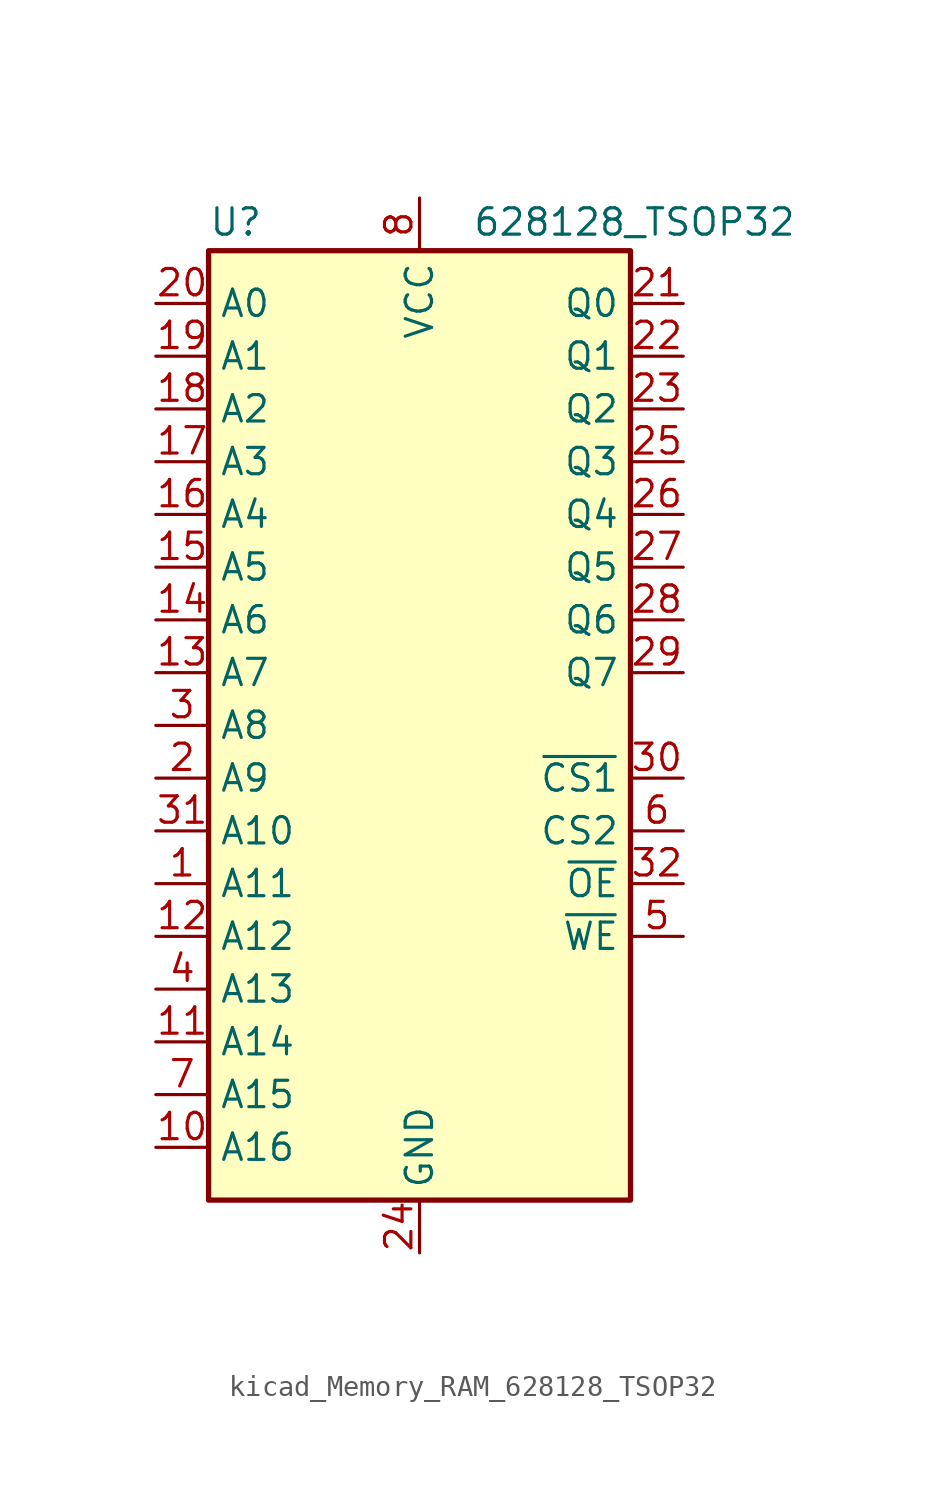
<source format=kicad_sym>
(kicad_symbol_lib
  (version 20220914)
  (generator kicad_symbol_editor)
  (symbol "kicad_Memory_RAM_628128_TSOP32"
    (property "Reference" "U"
      (at -10.16 23.495 0)
      (effects (font (size 1.27 1.27)) (justify left bottom)))
    (property "Value" "628128_TSOP32"
      (at 2.54 23.495 0)
      (effects (font (size 1.27 1.27)) (justify left bottom)))
    (symbol "kicad_Memory_RAM_628128_TSOP32_0_0"
      (pin power_in line (at 0 -25.4 90) (length 2.54) (name "GND" (effects (font (size 1.27 1.27)))) (number "24" (effects (font (size 1.27 1.27)))))
      (pin power_in line (at 0 25.4 270) (length 2.54) (name "VCC" (effects (font (size 1.27 1.27)))) (number "8" (effects (font (size 1.27 1.27))))))
    (symbol "kicad_Memory_RAM_628128_TSOP32_0_1"
      (rectangle (start -10.16 22.86) (end 10.16 -22.86) (stroke (width 0.254) (type default)) (fill (type background))))
    (symbol "kicad_Memory_RAM_628128_TSOP32_1_1"
      (pin input line (at -12.7 -7.62 0) (length 2.54) (name "A11" (effects (font (size 1.27 1.27)))) (number "1" (effects (font (size 1.27 1.27)))))
      (pin input line (at -12.7 -20.32 0) (length 2.54) (name "A16" (effects (font (size 1.27 1.27)))) (number "10" (effects (font (size 1.27 1.27)))))
      (pin input line (at -12.7 -15.24 0) (length 2.54) (name "A14" (effects (font (size 1.27 1.27)))) (number "11" (effects (font (size 1.27 1.27)))))
      (pin input line (at -12.7 -10.16 0) (length 2.54) (name "A12" (effects (font (size 1.27 1.27)))) (number "12" (effects (font (size 1.27 1.27)))))
      (pin input line (at -12.7 2.54 0) (length 2.54) (name "A7" (effects (font (size 1.27 1.27)))) (number "13" (effects (font (size 1.27 1.27)))))
      (pin input line (at -12.7 5.08 0) (length 2.54) (name "A6" (effects (font (size 1.27 1.27)))) (number "14" (effects (font (size 1.27 1.27)))))
      (pin input line (at -12.7 7.62 0) (length 2.54) (name "A5" (effects (font (size 1.27 1.27)))) (number "15" (effects (font (size 1.27 1.27)))))
      (pin input line (at -12.7 10.16 0) (length 2.54) (name "A4" (effects (font (size 1.27 1.27)))) (number "16" (effects (font (size 1.27 1.27)))))
      (pin input line (at -12.7 12.7 0) (length 2.54) (name "A3" (effects (font (size 1.27 1.27)))) (number "17" (effects (font (size 1.27 1.27)))))
      (pin input line (at -12.7 15.24 0) (length 2.54) (name "A2" (effects (font (size 1.27 1.27)))) (number "18" (effects (font (size 1.27 1.27)))))
      (pin input line (at -12.7 17.78 0) (length 2.54) (name "A1" (effects (font (size 1.27 1.27)))) (number "19" (effects (font (size 1.27 1.27)))))
      (pin input line (at -12.7 -2.54 0) (length 2.54) (name "A9" (effects (font (size 1.27 1.27)))) (number "2" (effects (font (size 1.27 1.27)))))
      (pin input line (at -12.7 20.32 0) (length 2.54) (name "A0" (effects (font (size 1.27 1.27)))) (number "20" (effects (font (size 1.27 1.27)))))
      (pin tri_state line (at 12.7 20.32 180) (length 2.54) (name "Q0" (effects (font (size 1.27 1.27)))) (number "21" (effects (font (size 1.27 1.27)))))
      (pin tri_state line (at 12.7 17.78 180) (length 2.54) (name "Q1" (effects (font (size 1.27 1.27)))) (number "22" (effects (font (size 1.27 1.27)))))
      (pin tri_state line (at 12.7 15.24 180) (length 2.54) (name "Q2" (effects (font (size 1.27 1.27)))) (number "23" (effects (font (size 1.27 1.27)))))
      (pin tri_state line (at 12.7 12.7 180) (length 2.54) (name "Q3" (effects (font (size 1.27 1.27)))) (number "25" (effects (font (size 1.27 1.27)))))
      (pin tri_state line (at 12.7 10.16 180) (length 2.54) (name "Q4" (effects (font (size 1.27 1.27)))) (number "26" (effects (font (size 1.27 1.27)))))
      (pin tri_state line (at 12.7 7.62 180) (length 2.54) (name "Q5" (effects (font (size 1.27 1.27)))) (number "27" (effects (font (size 1.27 1.27)))))
      (pin tri_state line (at 12.7 5.08 180) (length 2.54) (name "Q6" (effects (font (size 1.27 1.27)))) (number "28" (effects (font (size 1.27 1.27)))))
      (pin tri_state line (at 12.7 2.54 180) (length 2.54) (name "Q7" (effects (font (size 1.27 1.27)))) (number "29" (effects (font (size 1.27 1.27)))))
      (pin input line (at -12.7 0 0) (length 2.54) (name "A8" (effects (font (size 1.27 1.27)))) (number "3" (effects (font (size 1.27 1.27)))))
      (pin input line (at 12.7 -2.54 180) (length 2.54) (name "~{CS1}" (effects (font (size 1.27 1.27)))) (number "30" (effects (font (size 1.27 1.27)))))
      (pin input line (at -12.7 -5.08 0) (length 2.54) (name "A10" (effects (font (size 1.27 1.27)))) (number "31" (effects (font (size 1.27 1.27)))))
      (pin input line (at 12.7 -7.62 180) (length 2.54) (name "~{OE}" (effects (font (size 1.27 1.27)))) (number "32" (effects (font (size 1.27 1.27)))))
      (pin input line (at -12.7 -12.7 0) (length 2.54) (name "A13" (effects (font (size 1.27 1.27)))) (number "4" (effects (font (size 1.27 1.27)))))
      (pin input line (at 12.7 -10.16 180) (length 2.54) (name "~{WE}" (effects (font (size 1.27 1.27)))) (number "5" (effects (font (size 1.27 1.27)))))
      (pin input line (at 12.7 -5.08 180) (length 2.54) (name "CS2" (effects (font (size 1.27 1.27)))) (number "6" (effects (font (size 1.27 1.27)))))
      (pin input line (at -12.7 -17.78 0) (length 2.54) (name "A15" (effects (font (size 1.27 1.27)))) (number "7" (effects (font (size 1.27 1.27)))))
      (pin no_connect line (at 10.16 -20.32 180) (length 2.54) hide (name "NC" (effects (font (size 1.27 1.27)))) (number "9" (effects (font (size 1.27 1.27))))))))
</source>
